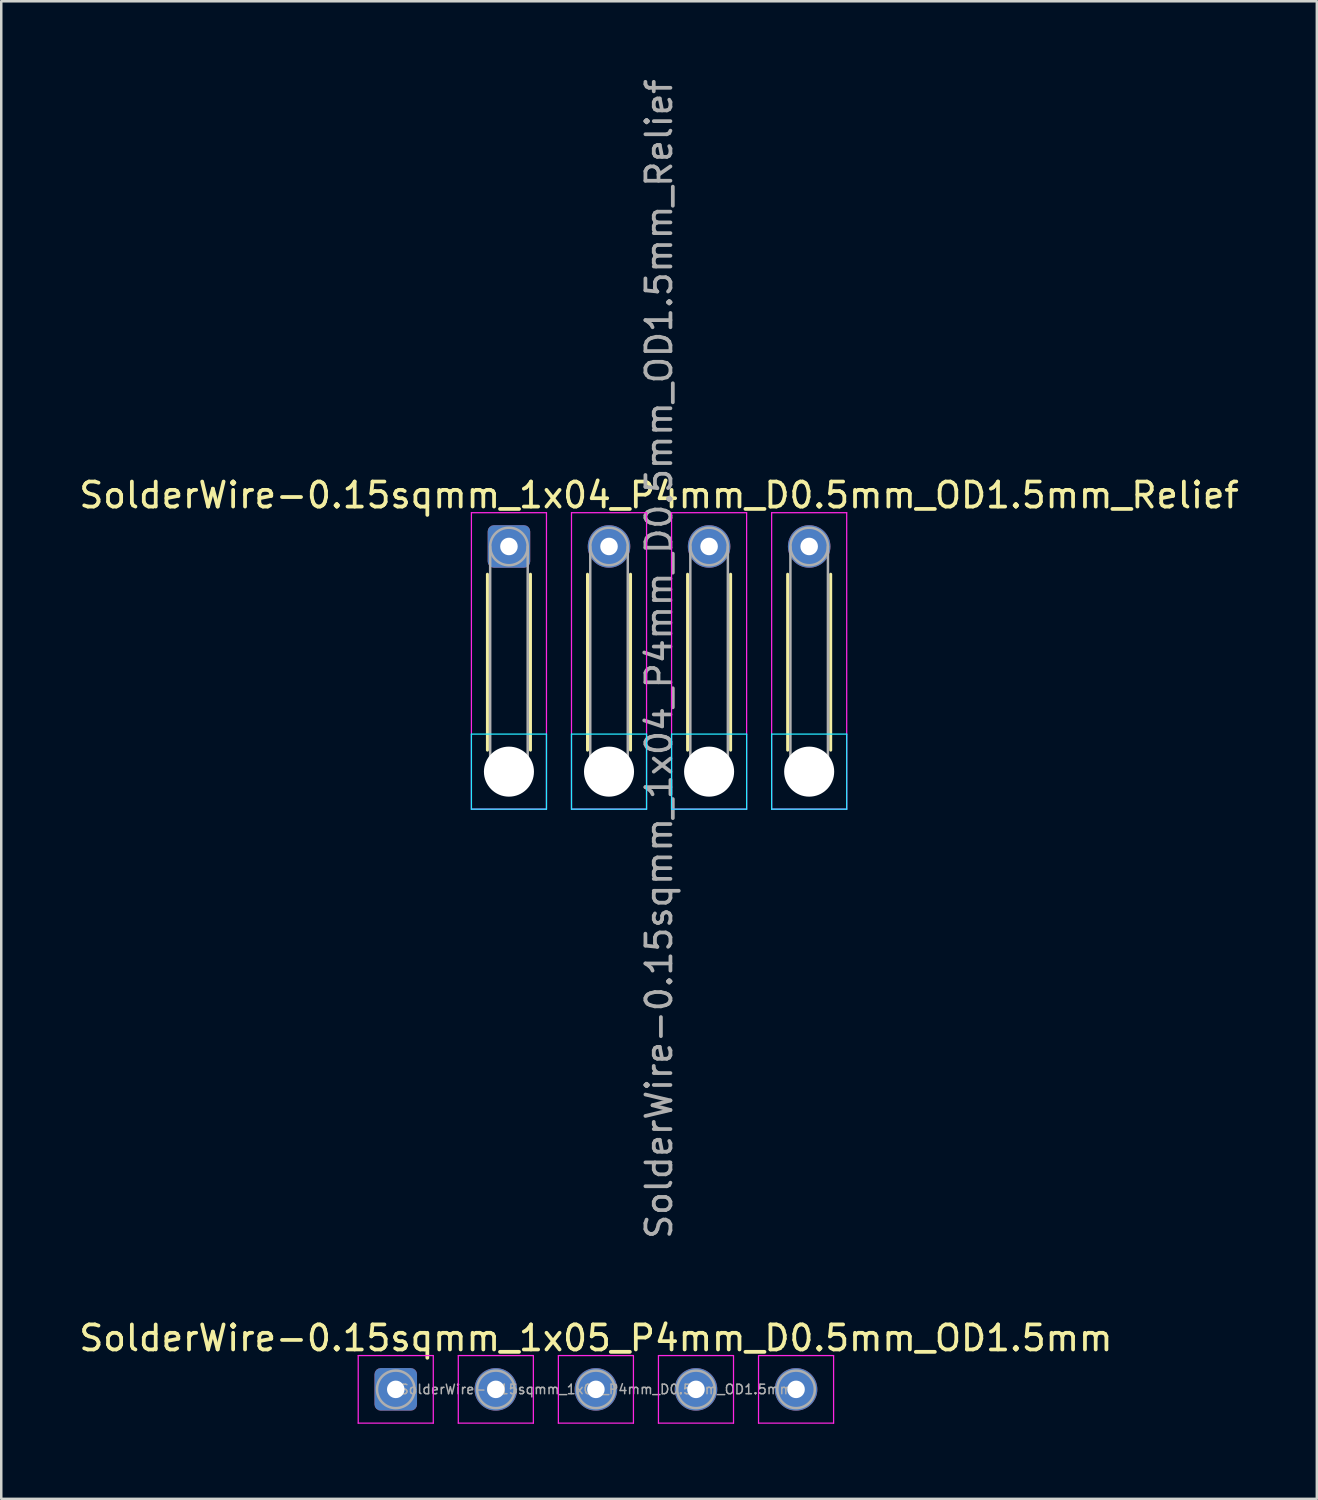
<source format=kicad_pcb>
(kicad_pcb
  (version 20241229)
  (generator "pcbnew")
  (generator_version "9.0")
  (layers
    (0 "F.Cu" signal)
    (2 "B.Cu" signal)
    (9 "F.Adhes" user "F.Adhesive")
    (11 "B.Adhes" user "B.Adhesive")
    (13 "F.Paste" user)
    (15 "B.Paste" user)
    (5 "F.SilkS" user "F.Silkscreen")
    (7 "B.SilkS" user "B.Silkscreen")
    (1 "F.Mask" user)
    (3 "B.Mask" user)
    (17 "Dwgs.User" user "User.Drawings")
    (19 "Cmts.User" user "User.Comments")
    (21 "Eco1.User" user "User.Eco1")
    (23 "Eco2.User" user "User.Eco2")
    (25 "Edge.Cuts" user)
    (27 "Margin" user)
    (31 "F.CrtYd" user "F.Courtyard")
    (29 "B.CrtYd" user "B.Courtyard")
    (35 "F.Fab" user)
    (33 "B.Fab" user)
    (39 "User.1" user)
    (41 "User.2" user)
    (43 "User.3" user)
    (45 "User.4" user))
  (footprint "SolderWire-0.15sqmm_1x05_P4mm_D0.5mm_OD1.5mm"
    (layer "F.Cu")
    (at 12.768 52.482)
    (property "Reference" "SolderWire-0.15sqmm_1x05_P4mm_D0.5mm_OD1.5mm" (at 8 -2.05 0) (layer "F.SilkS") (effects (font (size 1 1) (thickness 0.15))))
    (attr exclude_from_pos_files exclude_from_bom)
    (fp_line (start -1.5 -1.35) (end -1.5 1.35) (stroke (width 0.05) (type solid)) (layer "F.CrtYd"))
    (fp_line (start -1.5 1.35) (end 1.5 1.35) (stroke (width 0.05) (type solid)) (layer "F.CrtYd"))
    (fp_line (start 1.5 -1.35) (end -1.5 -1.35) (stroke (width 0.05) (type solid)) (layer "F.CrtYd"))
    (fp_line (start 1.5 1.35) (end 1.5 -1.35) (stroke (width 0.05) (type solid)) (layer "F.CrtYd"))
    (fp_line (start 2.5 -1.35) (end 2.5 1.35) (stroke (width 0.05) (type solid)) (layer "F.CrtYd"))
    (fp_line (start 2.5 1.35) (end 5.5 1.35) (stroke (width 0.05) (type solid)) (layer "F.CrtYd"))
    (fp_line (start 5.5 -1.35) (end 2.5 -1.35) (stroke (width 0.05) (type solid)) (layer "F.CrtYd"))
    (fp_line (start 5.5 1.35) (end 5.5 -1.35) (stroke (width 0.05) (type solid)) (layer "F.CrtYd"))
    (fp_line (start 6.5 -1.35) (end 6.5 1.35) (stroke (width 0.05) (type solid)) (layer "F.CrtYd"))
    (fp_line (start 6.5 1.35) (end 9.5 1.35) (stroke (width 0.05) (type solid)) (layer "F.CrtYd"))
    (fp_line (start 9.5 -1.35) (end 6.5 -1.35) (stroke (width 0.05) (type solid)) (layer "F.CrtYd"))
    (fp_line (start 9.5 1.35) (end 9.5 -1.35) (stroke (width 0.05) (type solid)) (layer "F.CrtYd"))
    (fp_line (start 10.5 -1.35) (end 10.5 1.35) (stroke (width 0.05) (type solid)) (layer "F.CrtYd"))
    (fp_line (start 10.5 1.35) (end 13.5 1.35) (stroke (width 0.05) (type solid)) (layer "F.CrtYd"))
    (fp_line (start 13.5 -1.35) (end 10.5 -1.35) (stroke (width 0.05) (type solid)) (layer "F.CrtYd"))
    (fp_line (start 13.5 1.35) (end 13.5 -1.35) (stroke (width 0.05) (type solid)) (layer "F.CrtYd"))
    (fp_line (start 14.5 -1.35) (end 14.5 1.35) (stroke (width 0.05) (type solid)) (layer "F.CrtYd"))
    (fp_line (start 14.5 1.35) (end 17.5 1.35) (stroke (width 0.05) (type solid)) (layer "F.CrtYd"))
    (fp_line (start 17.5 -1.35) (end 14.5 -1.35) (stroke (width 0.05) (type solid)) (layer "F.CrtYd"))
    (fp_line (start 17.5 1.35) (end 17.5 -1.35) (stroke (width 0.05) (type solid)) (layer "F.CrtYd"))
    (fp_circle (center 0 0) (end 0.75 0) (stroke (width 0.1) (type solid)) (fill no) (layer "F.Fab"))
    (fp_circle (center 4 0) (end 4.75 0) (stroke (width 0.1) (type solid)) (fill no) (layer "F.Fab"))
    (fp_circle (center 8 0) (end 8.75 0) (stroke (width 0.1) (type solid)) (fill no) (layer "F.Fab"))
    (fp_circle (center 12 0) (end 12.75 0) (stroke (width 0.1) (type solid)) (fill no) (layer "F.Fab"))
    (fp_circle (center 16 0) (end 16.75 0) (stroke (width 0.1) (type solid)) (fill no) (layer "F.Fab"))
    (fp_text user "${REFERENCE}" (at 8 0 0) (layer "F.Fab") (effects (font (size 0.38 0.38) (thickness 0.06))))
    (pad "1" thru_hole roundrect (at 0 0) (size 1.7 1.7) (drill 0.7) (layers "*.Cu" "*.Mask") (roundrect_rratio 0.147))
    (pad "2" thru_hole circle (at 4 0) (size 1.7 1.7) (drill 0.7) (layers "*.Cu" "*.Mask"))
    (pad "3" thru_hole circle (at 8 0) (size 1.7 1.7) (drill 0.7) (layers "*.Cu" "*.Mask"))
    (pad "4" thru_hole circle (at 12 0) (size 1.7 1.7) (drill 0.7) (layers "*.Cu" "*.Mask"))
    (pad "5" thru_hole circle (at 16 0) (size 1.7 1.7) (drill 0.7) (layers "*.Cu" "*.Mask")))
  (footprint "SolderWire-0.15sqmm_1x04_P4mm_D0.5mm_OD1.5mm_Relief"
    (layer "F.Cu")
    (at 17.292 18.792)
    (property "Reference" "SolderWire-0.15sqmm_1x04_P4mm_D0.5mm_OD1.5mm_Relief" (at 6 -2.05 0) (layer "F.SilkS") (effects (font (size 1 1) (thickness 0.15))))
    (attr exclude_from_pos_files exclude_from_bom)
    (fp_line (start -0.86 1.11) (end -0.86 8.14) (stroke (width 0.12) (type solid)) (layer "F.SilkS"))
    (fp_line (start 0.86 1.11) (end 0.86 8.14) (stroke (width 0.12) (type solid)) (layer "F.SilkS"))
    (fp_line (start 3.14 1.11) (end 3.14 8.14) (stroke (width 0.12) (type solid)) (layer "F.SilkS"))
    (fp_line (start 4.86 1.11) (end 4.86 8.14) (stroke (width 0.12) (type solid)) (layer "F.SilkS"))
    (fp_line (start 7.14 1.11) (end 7.14 8.14) (stroke (width 0.12) (type solid)) (layer "F.SilkS"))
    (fp_line (start 8.86 1.11) (end 8.86 8.14) (stroke (width 0.12) (type solid)) (layer "F.SilkS"))
    (fp_line (start 11.14 1.11) (end 11.14 8.14) (stroke (width 0.12) (type solid)) (layer "F.SilkS"))
    (fp_line (start 12.86 1.11) (end 12.86 8.14) (stroke (width 0.12) (type solid)) (layer "F.SilkS"))
    (fp_line (start -1.5 7.5) (end -1.5 10.5) (stroke (width 0.05) (type solid)) (layer "B.CrtYd"))
    (fp_line (start -1.5 10.5) (end 1.5 10.5) (stroke (width 0.05) (type solid)) (layer "B.CrtYd"))
    (fp_line (start 1.5 7.5) (end -1.5 7.5) (stroke (width 0.05) (type solid)) (layer "B.CrtYd"))
    (fp_line (start 1.5 10.5) (end 1.5 7.5) (stroke (width 0.05) (type solid)) (layer "B.CrtYd"))
    (fp_line (start 2.5 7.5) (end 2.5 10.5) (stroke (width 0.05) (type solid)) (layer "B.CrtYd"))
    (fp_line (start 2.5 10.5) (end 5.5 10.5) (stroke (width 0.05) (type solid)) (layer "B.CrtYd"))
    (fp_line (start 5.5 7.5) (end 2.5 7.5) (stroke (width 0.05) (type solid)) (layer "B.CrtYd"))
    (fp_line (start 5.5 10.5) (end 5.5 7.5) (stroke (width 0.05) (type solid)) (layer "B.CrtYd"))
    (fp_line (start 6.5 7.5) (end 6.5 10.5) (stroke (width 0.05) (type solid)) (layer "B.CrtYd"))
    (fp_line (start 6.5 10.5) (end 9.5 10.5) (stroke (width 0.05) (type solid)) (layer "B.CrtYd"))
    (fp_line (start 9.5 7.5) (end 6.5 7.5) (stroke (width 0.05) (type solid)) (layer "B.CrtYd"))
    (fp_line (start 9.5 10.5) (end 9.5 7.5) (stroke (width 0.05) (type solid)) (layer "B.CrtYd"))
    (fp_line (start 10.5 7.5) (end 10.5 10.5) (stroke (width 0.05) (type solid)) (layer "B.CrtYd"))
    (fp_line (start 10.5 10.5) (end 13.5 10.5) (stroke (width 0.05) (type solid)) (layer "B.CrtYd"))
    (fp_line (start 13.5 7.5) (end 10.5 7.5) (stroke (width 0.05) (type solid)) (layer "B.CrtYd"))
    (fp_line (start 13.5 10.5) (end 13.5 7.5) (stroke (width 0.05) (type solid)) (layer "B.CrtYd"))
    (fp_line (start -1.5 -1.35) (end -1.5 10.5) (stroke (width 0.05) (type solid)) (layer "F.CrtYd"))
    (fp_line (start -1.5 10.5) (end 1.5 10.5) (stroke (width 0.05) (type solid)) (layer "F.CrtYd"))
    (fp_line (start 1.5 -1.35) (end -1.5 -1.35) (stroke (width 0.05) (type solid)) (layer "F.CrtYd"))
    (fp_line (start 1.5 10.5) (end 1.5 -1.35) (stroke (width 0.05) (type solid)) (layer "F.CrtYd"))
    (fp_line (start 2.5 -1.35) (end 2.5 10.5) (stroke (width 0.05) (type solid)) (layer "F.CrtYd"))
    (fp_line (start 2.5 10.5) (end 5.5 10.5) (stroke (width 0.05) (type solid)) (layer "F.CrtYd"))
    (fp_line (start 5.5 -1.35) (end 2.5 -1.35) (stroke (width 0.05) (type solid)) (layer "F.CrtYd"))
    (fp_line (start 5.5 10.5) (end 5.5 -1.35) (stroke (width 0.05) (type solid)) (layer "F.CrtYd"))
    (fp_line (start 6.5 -1.35) (end 6.5 10.5) (stroke (width 0.05) (type solid)) (layer "F.CrtYd"))
    (fp_line (start 6.5 10.5) (end 9.5 10.5) (stroke (width 0.05) (type solid)) (layer "F.CrtYd"))
    (fp_line (start 9.5 -1.35) (end 6.5 -1.35) (stroke (width 0.05) (type solid)) (layer "F.CrtYd"))
    (fp_line (start 9.5 10.5) (end 9.5 -1.35) (stroke (width 0.05) (type solid)) (layer "F.CrtYd"))
    (fp_line (start 10.5 -1.35) (end 10.5 10.5) (stroke (width 0.05) (type solid)) (layer "F.CrtYd"))
    (fp_line (start 10.5 10.5) (end 13.5 10.5) (stroke (width 0.05) (type solid)) (layer "F.CrtYd"))
    (fp_line (start 13.5 -1.35) (end 10.5 -1.35) (stroke (width 0.05) (type solid)) (layer "F.CrtYd"))
    (fp_line (start 13.5 10.5) (end 13.5 -1.35) (stroke (width 0.05) (type solid)) (layer "F.CrtYd"))
    (fp_line (start -0.75 0) (end -0.75 9) (stroke (width 0.1) (type solid)) (layer "F.Fab"))
    (fp_line (start 0.75 0) (end 0.75 9) (stroke (width 0.1) (type solid)) (layer "F.Fab"))
    (fp_line (start 3.25 0) (end 3.25 9) (stroke (width 0.1) (type solid)) (layer "F.Fab"))
    (fp_line (start 4.75 0) (end 4.75 9) (stroke (width 0.1) (type solid)) (layer "F.Fab"))
    (fp_line (start 7.25 0) (end 7.25 9) (stroke (width 0.1) (type solid)) (layer "F.Fab"))
    (fp_line (start 8.75 0) (end 8.75 9) (stroke (width 0.1) (type solid)) (layer "F.Fab"))
    (fp_line (start 11.25 0) (end 11.25 9) (stroke (width 0.1) (type solid)) (layer "F.Fab"))
    (fp_line (start 12.75 0) (end 12.75 9) (stroke (width 0.1) (type solid)) (layer "F.Fab"))
    (fp_circle (center 0 0) (end 0.75 0) (stroke (width 0.1) (type solid)) (fill no) (layer "F.Fab"))
    (fp_circle (center 0 9) (end 0.75 9) (stroke (width 0.1) (type solid)) (fill no) (layer "F.Fab"))
    (fp_circle (center 4 0) (end 4.75 0) (stroke (width 0.1) (type solid)) (fill no) (layer "F.Fab"))
    (fp_circle (center 4 9) (end 4.75 9) (stroke (width 0.1) (type solid)) (fill no) (layer "F.Fab"))
    (fp_circle (center 8 0) (end 8.75 0) (stroke (width 0.1) (type solid)) (fill no) (layer "F.Fab"))
    (fp_circle (center 8 9) (end 8.75 9) (stroke (width 0.1) (type solid)) (fill no) (layer "F.Fab"))
    (fp_circle (center 12 0) (end 12.75 0) (stroke (width 0.1) (type solid)) (fill no) (layer "F.Fab"))
    (fp_circle (center 12 9) (end 12.75 9) (stroke (width 0.1) (type solid)) (fill no) (layer "F.Fab"))
    (fp_text user "${REFERENCE}" (at 6 4.5 90) (layer "F.Fab") (effects (font (size 1 1) (thickness 0.15))))
    (pad "" np_thru_hole circle (at 0 9) (size 2 2) (drill 2) (layers "*.Cu" "*.Mask"))
    (pad "" np_thru_hole circle (at 4 9) (size 2 2) (drill 2) (layers "*.Cu" "*.Mask"))
    (pad "" np_thru_hole circle (at 8 9) (size 2 2) (drill 2) (layers "*.Cu" "*.Mask"))
    (pad "" np_thru_hole circle (at 12 9) (size 2 2) (drill 2) (layers "*.Cu" "*.Mask"))
    (pad "1" thru_hole roundrect (at 0 0) (size 1.7 1.7) (drill 0.7) (layers "*.Cu" "*.Mask") (roundrect_rratio 0.147))
    (pad "2" thru_hole circle (at 4 0) (size 1.7 1.7) (drill 0.7) (layers "*.Cu" "*.Mask"))
    (pad "3" thru_hole circle (at 8 0) (size 1.7 1.7) (drill 0.7) (layers "*.Cu" "*.Mask"))
    (pad "4" thru_hole circle (at 12 0) (size 1.7 1.7) (drill 0.7) (layers "*.Cu" "*.Mask")))
  (gr_rect
    (start -3 -3)
    (end 49.583 56.857)
    (stroke (width 0.1) (type default))
    (fill no)
    (layer "Edge.Cuts")))
</source>
